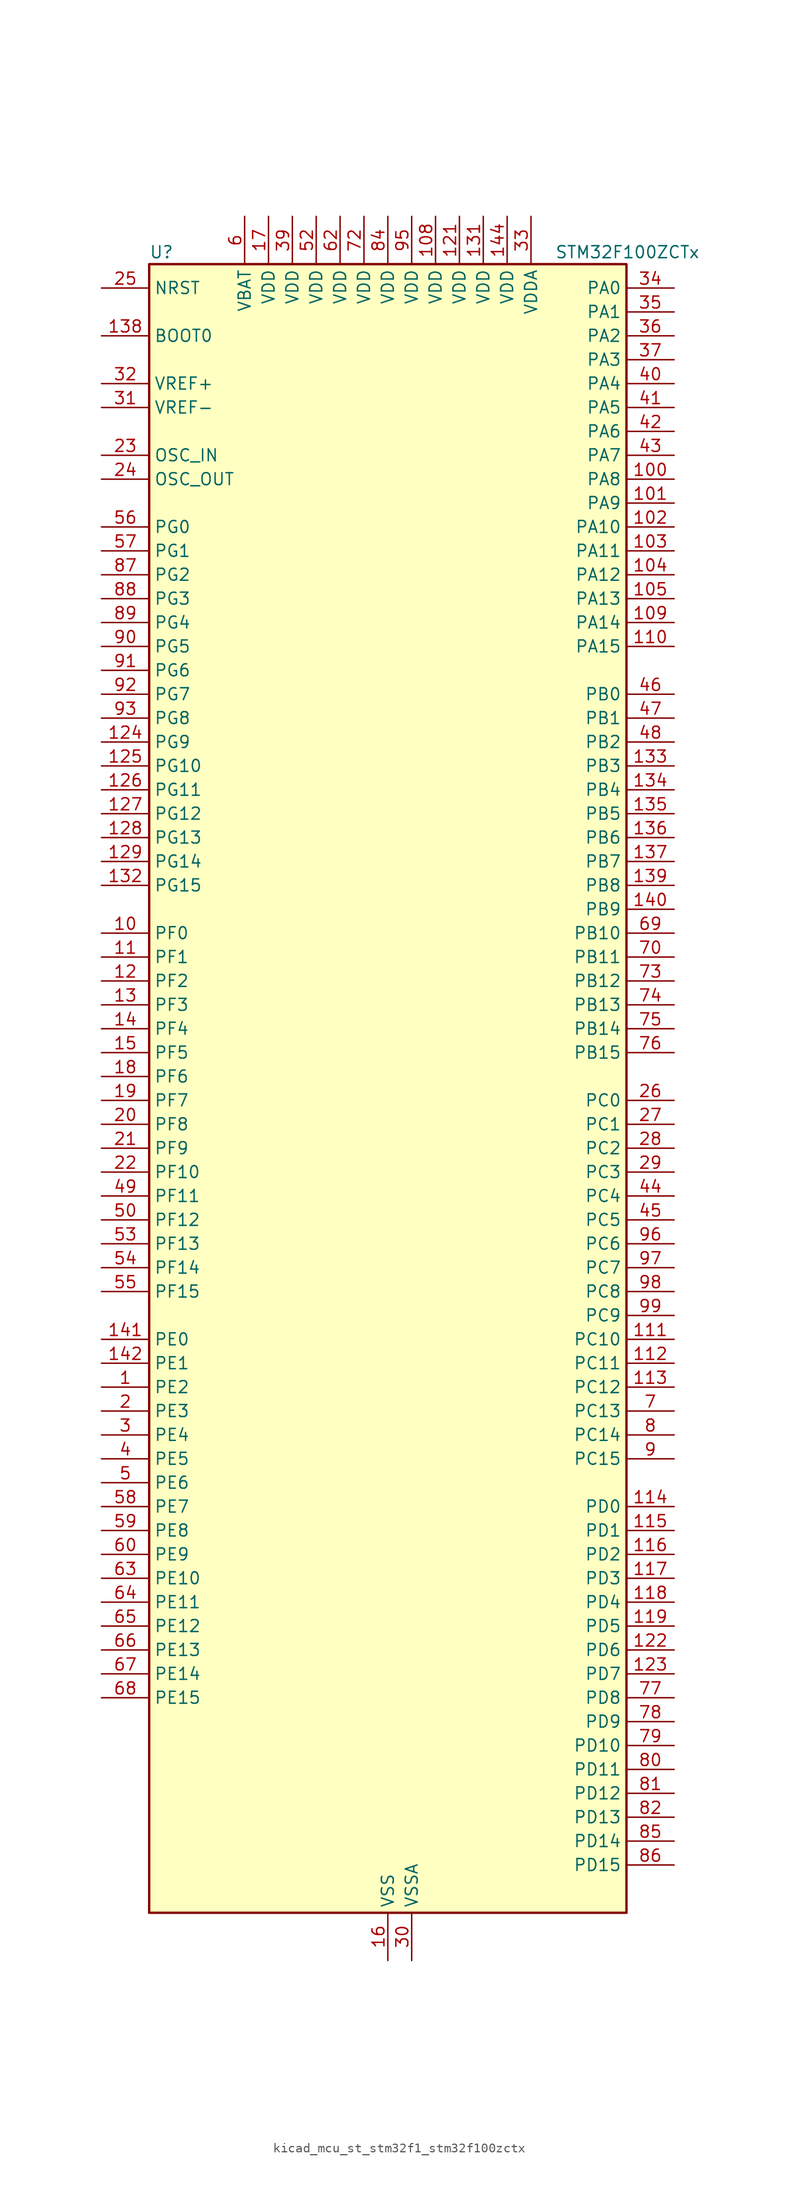
<source format=kicad_sym>
(kicad_symbol_lib
  (version 20220914)
  (generator kicad_symbol_editor)
  (symbol "kicad_mcu_st_stm32f1_stm32f100zctx"
    (property "Reference" "U"
      (at -25.4 90.17 0)
      (effects (font (size 1.27 1.27)) (justify left)))
    (property "Value" "STM32F100ZCTx"
      (at 17.78 90.17 0)
      (effects (font (size 1.27 1.27)) (justify left)))
    (property "ki_locked" ""
      (at 0 0 0)
      (effects (font (size 1.27 1.27))))
    (symbol "kicad_mcu_st_stm32f1_stm32f100zctx_0_1"
      (rectangle (start -25.4 -86.36) (end 25.4 88.9) (stroke (width 0.254) (type default)) (fill (type background))))
    (symbol "kicad_mcu_st_stm32f1_stm32f100zctx_1_1"
      (pin bidirectional line (at -30.48 -30.48 0) (length 5.08) (name "PE2" (effects (font (size 1.27 1.27)))) (number "1" (effects (font (size 1.27 1.27)))) (alternate "FSMC_A23" bidirectional line) (alternate "SYS_TRACECLK" bidirectional line))
      (pin bidirectional line (at -30.48 17.78 0) (length 5.08) (name "PF0" (effects (font (size 1.27 1.27)))) (number "10" (effects (font (size 1.27 1.27)))) (alternate "FSMC_A0" bidirectional line))
      (pin bidirectional line (at 30.48 66.04 180) (length 5.08) (name "PA8" (effects (font (size 1.27 1.27)))) (number "100" (effects (font (size 1.27 1.27)))) (alternate "RCC_MCO" bidirectional line) (alternate "TIM1_CH1" bidirectional line) (alternate "USART1_CK" bidirectional line))
      (pin bidirectional line (at 30.48 63.5 180) (length 5.08) (name "PA9" (effects (font (size 1.27 1.27)))) (number "101" (effects (font (size 1.27 1.27)))) (alternate "DAC_EXTI9" bidirectional line) (alternate "TIM15_BKIN" bidirectional line) (alternate "TIM1_CH2" bidirectional line) (alternate "USART1_TX" bidirectional line))
      (pin bidirectional line (at 30.48 60.96 180) (length 5.08) (name "PA10" (effects (font (size 1.27 1.27)))) (number "102" (effects (font (size 1.27 1.27)))) (alternate "TIM17_BKIN" bidirectional line) (alternate "TIM1_CH3" bidirectional line) (alternate "USART1_RX" bidirectional line))
      (pin bidirectional line (at 30.48 58.42 180) (length 5.08) (name "PA11" (effects (font (size 1.27 1.27)))) (number "103" (effects (font (size 1.27 1.27)))) (alternate "ADC1_EXTI11" bidirectional line) (alternate "TIM1_CH4" bidirectional line) (alternate "USART1_CTS" bidirectional line))
      (pin bidirectional line (at 30.48 55.88 180) (length 5.08) (name "PA12" (effects (font (size 1.27 1.27)))) (number "104" (effects (font (size 1.27 1.27)))) (alternate "TIM1_ETR" bidirectional line) (alternate "USART1_RTS" bidirectional line))
      (pin bidirectional line (at 30.48 53.34 180) (length 5.08) (name "PA13" (effects (font (size 1.27 1.27)))) (number "105" (effects (font (size 1.27 1.27)))) (alternate "SYS_JTMS-SWDIO" bidirectional line))
      (pin no_connect line (at -25.4 -86.36 0) (length 5.08) hide (name "NC" (effects (font (size 1.27 1.27)))) (number "106" (effects (font (size 1.27 1.27)))))
      (pin passive line (at 0 -91.44 90) (length 5.08) hide (name "VSS" (effects (font (size 1.27 1.27)))) (number "107" (effects (font (size 1.27 1.27)))))
      (pin power_in line (at 5.08 93.98 270) (length 5.08) (name "VDD" (effects (font (size 1.27 1.27)))) (number "108" (effects (font (size 1.27 1.27)))))
      (pin bidirectional line (at 30.48 50.8 180) (length 5.08) (name "PA14" (effects (font (size 1.27 1.27)))) (number "109" (effects (font (size 1.27 1.27)))) (alternate "SYS_JTCK-SWCLK" bidirectional line))
      (pin bidirectional line (at -30.48 15.24 0) (length 5.08) (name "PF1" (effects (font (size 1.27 1.27)))) (number "11" (effects (font (size 1.27 1.27)))) (alternate "FSMC_A1" bidirectional line))
      (pin bidirectional line (at 30.48 48.26 180) (length 5.08) (name "PA15" (effects (font (size 1.27 1.27)))) (number "110" (effects (font (size 1.27 1.27)))) (alternate "ADC1_EXTI15" bidirectional line) (alternate "SPI1_NSS" bidirectional line) (alternate "SPI3_NSS" bidirectional line) (alternate "SYS_JTDI" bidirectional line) (alternate "TIM2_CH1" bidirectional line) (alternate "TIM2_ETR" bidirectional line))
      (pin bidirectional line (at 30.48 -25.4 180) (length 5.08) (name "PC10" (effects (font (size 1.27 1.27)))) (number "111" (effects (font (size 1.27 1.27)))) (alternate "UART4_TX" bidirectional line) (alternate "USART3_TX" bidirectional line))
      (pin bidirectional line (at 30.48 -27.94 180) (length 5.08) (name "PC11" (effects (font (size 1.27 1.27)))) (number "112" (effects (font (size 1.27 1.27)))) (alternate "ADC1_EXTI11" bidirectional line) (alternate "UART4_RX" bidirectional line) (alternate "USART3_RX" bidirectional line))
      (pin bidirectional line (at 30.48 -30.48 180) (length 5.08) (name "PC12" (effects (font (size 1.27 1.27)))) (number "113" (effects (font (size 1.27 1.27)))) (alternate "UART5_TX" bidirectional line) (alternate "USART3_CK" bidirectional line))
      (pin bidirectional line (at 30.48 -43.18 180) (length 5.08) (name "PD0" (effects (font (size 1.27 1.27)))) (number "114" (effects (font (size 1.27 1.27)))) (alternate "FSMC_D2" bidirectional line) (alternate "FSMC_DA2" bidirectional line))
      (pin bidirectional line (at 30.48 -45.72 180) (length 5.08) (name "PD1" (effects (font (size 1.27 1.27)))) (number "115" (effects (font (size 1.27 1.27)))) (alternate "FSMC_D3" bidirectional line) (alternate "FSMC_DA3" bidirectional line))
      (pin bidirectional line (at 30.48 -48.26 180) (length 5.08) (name "PD2" (effects (font (size 1.27 1.27)))) (number "116" (effects (font (size 1.27 1.27)))) (alternate "TIM3_ETR" bidirectional line) (alternate "UART5_RX" bidirectional line))
      (pin bidirectional line (at 30.48 -50.8 180) (length 5.08) (name "PD3" (effects (font (size 1.27 1.27)))) (number "117" (effects (font (size 1.27 1.27)))) (alternate "FSMC_CLK" bidirectional line) (alternate "USART2_CTS" bidirectional line))
      (pin bidirectional line (at 30.48 -53.34 180) (length 5.08) (name "PD4" (effects (font (size 1.27 1.27)))) (number "118" (effects (font (size 1.27 1.27)))) (alternate "FSMC_NOE" bidirectional line) (alternate "USART2_RTS" bidirectional line))
      (pin bidirectional line (at 30.48 -55.88 180) (length 5.08) (name "PD5" (effects (font (size 1.27 1.27)))) (number "119" (effects (font (size 1.27 1.27)))) (alternate "FSMC_NWE" bidirectional line) (alternate "USART2_TX" bidirectional line))
      (pin bidirectional line (at -30.48 12.7 0) (length 5.08) (name "PF2" (effects (font (size 1.27 1.27)))) (number "12" (effects (font (size 1.27 1.27)))) (alternate "FSMC_A2" bidirectional line))
      (pin passive line (at 0 -91.44 90) (length 5.08) hide (name "VSS" (effects (font (size 1.27 1.27)))) (number "120" (effects (font (size 1.27 1.27)))))
      (pin power_in line (at 7.62 93.98 270) (length 5.08) (name "VDD" (effects (font (size 1.27 1.27)))) (number "121" (effects (font (size 1.27 1.27)))))
      (pin bidirectional line (at 30.48 -58.42 180) (length 5.08) (name "PD6" (effects (font (size 1.27 1.27)))) (number "122" (effects (font (size 1.27 1.27)))) (alternate "FSMC_NWAIT" bidirectional line) (alternate "USART2_RX" bidirectional line))
      (pin bidirectional line (at 30.48 -60.96 180) (length 5.08) (name "PD7" (effects (font (size 1.27 1.27)))) (number "123" (effects (font (size 1.27 1.27)))) (alternate "FSMC_NE1" bidirectional line) (alternate "USART2_CK" bidirectional line))
      (pin bidirectional line (at -30.48 38.1 0) (length 5.08) (name "PG9" (effects (font (size 1.27 1.27)))) (number "124" (effects (font (size 1.27 1.27)))) (alternate "DAC_EXTI9" bidirectional line) (alternate "FSMC_NE2" bidirectional line))
      (pin bidirectional line (at -30.48 35.56 0) (length 5.08) (name "PG10" (effects (font (size 1.27 1.27)))) (number "125" (effects (font (size 1.27 1.27)))) (alternate "FSMC_NE3" bidirectional line))
      (pin bidirectional line (at -30.48 33.02 0) (length 5.08) (name "PG11" (effects (font (size 1.27 1.27)))) (number "126" (effects (font (size 1.27 1.27)))) (alternate "ADC1_EXTI11" bidirectional line))
      (pin bidirectional line (at -30.48 30.48 0) (length 5.08) (name "PG12" (effects (font (size 1.27 1.27)))) (number "127" (effects (font (size 1.27 1.27)))) (alternate "FSMC_NE4" bidirectional line))
      (pin bidirectional line (at -30.48 27.94 0) (length 5.08) (name "PG13" (effects (font (size 1.27 1.27)))) (number "128" (effects (font (size 1.27 1.27)))) (alternate "FSMC_A24" bidirectional line))
      (pin bidirectional line (at -30.48 25.4 0) (length 5.08) (name "PG14" (effects (font (size 1.27 1.27)))) (number "129" (effects (font (size 1.27 1.27)))) (alternate "FSMC_A25" bidirectional line))
      (pin bidirectional line (at -30.48 10.16 0) (length 5.08) (name "PF3" (effects (font (size 1.27 1.27)))) (number "13" (effects (font (size 1.27 1.27)))) (alternate "FSMC_A3" bidirectional line))
      (pin passive line (at 0 -91.44 90) (length 5.08) hide (name "VSS" (effects (font (size 1.27 1.27)))) (number "130" (effects (font (size 1.27 1.27)))))
      (pin power_in line (at 10.16 93.98 270) (length 5.08) (name "VDD" (effects (font (size 1.27 1.27)))) (number "131" (effects (font (size 1.27 1.27)))))
      (pin bidirectional line (at -30.48 22.86 0) (length 5.08) (name "PG15" (effects (font (size 1.27 1.27)))) (number "132" (effects (font (size 1.27 1.27)))) (alternate "ADC1_EXTI15" bidirectional line))
      (pin bidirectional line (at 30.48 35.56 180) (length 5.08) (name "PB3" (effects (font (size 1.27 1.27)))) (number "133" (effects (font (size 1.27 1.27)))) (alternate "SPI1_SCK" bidirectional line) (alternate "SPI3_SCK" bidirectional line) (alternate "SYS_JTDO-TRACESWO" bidirectional line) (alternate "TIM2_CH2" bidirectional line))
      (pin bidirectional line (at 30.48 33.02 180) (length 5.08) (name "PB4" (effects (font (size 1.27 1.27)))) (number "134" (effects (font (size 1.27 1.27)))) (alternate "SPI1_MISO" bidirectional line) (alternate "SPI3_MISO" bidirectional line) (alternate "SYS_NJTRST" bidirectional line) (alternate "TIM3_CH1" bidirectional line))
      (pin bidirectional line (at 30.48 30.48 180) (length 5.08) (name "PB5" (effects (font (size 1.27 1.27)))) (number "135" (effects (font (size 1.27 1.27)))) (alternate "I2C1_SMBA" bidirectional line) (alternate "SPI1_MOSI" bidirectional line) (alternate "SPI3_MOSI" bidirectional line) (alternate "TIM16_BKIN" bidirectional line) (alternate "TIM3_CH2" bidirectional line))
      (pin bidirectional line (at 30.48 27.94 180) (length 5.08) (name "PB6" (effects (font (size 1.27 1.27)))) (number "136" (effects (font (size 1.27 1.27)))) (alternate "I2C1_SCL" bidirectional line) (alternate "TIM16_CH1N" bidirectional line) (alternate "TIM4_CH1" bidirectional line) (alternate "USART1_TX" bidirectional line))
      (pin bidirectional line (at 30.48 25.4 180) (length 5.08) (name "PB7" (effects (font (size 1.27 1.27)))) (number "137" (effects (font (size 1.27 1.27)))) (alternate "FSMC_NL" bidirectional line) (alternate "I2C1_SDA" bidirectional line) (alternate "TIM17_CH1N" bidirectional line) (alternate "TIM4_CH2" bidirectional line) (alternate "USART1_RX" bidirectional line))
      (pin input line (at -30.48 81.28 0) (length 5.08) (name "BOOT0" (effects (font (size 1.27 1.27)))) (number "138" (effects (font (size 1.27 1.27)))))
      (pin bidirectional line (at 30.48 22.86 180) (length 5.08) (name "PB8" (effects (font (size 1.27 1.27)))) (number "139" (effects (font (size 1.27 1.27)))) (alternate "CEC" bidirectional line) (alternate "I2C1_SCL" bidirectional line) (alternate "TIM16_CH1" bidirectional line) (alternate "TIM4_CH3" bidirectional line))
      (pin bidirectional line (at -30.48 7.62 0) (length 5.08) (name "PF4" (effects (font (size 1.27 1.27)))) (number "14" (effects (font (size 1.27 1.27)))) (alternate "FSMC_A4" bidirectional line))
      (pin bidirectional line (at 30.48 20.32 180) (length 5.08) (name "PB9" (effects (font (size 1.27 1.27)))) (number "140" (effects (font (size 1.27 1.27)))) (alternate "DAC_EXTI9" bidirectional line) (alternate "I2C1_SDA" bidirectional line) (alternate "TIM17_CH1" bidirectional line) (alternate "TIM4_CH4" bidirectional line))
      (pin bidirectional line (at -30.48 -25.4 0) (length 5.08) (name "PE0" (effects (font (size 1.27 1.27)))) (number "141" (effects (font (size 1.27 1.27)))) (alternate "FSMC_NBL0" bidirectional line) (alternate "TIM4_ETR" bidirectional line))
      (pin bidirectional line (at -30.48 -27.94 0) (length 5.08) (name "PE1" (effects (font (size 1.27 1.27)))) (number "142" (effects (font (size 1.27 1.27)))) (alternate "FSMC_NBL1" bidirectional line))
      (pin passive line (at 0 -91.44 90) (length 5.08) hide (name "VSS" (effects (font (size 1.27 1.27)))) (number "143" (effects (font (size 1.27 1.27)))))
      (pin power_in line (at 12.7 93.98 270) (length 5.08) (name "VDD" (effects (font (size 1.27 1.27)))) (number "144" (effects (font (size 1.27 1.27)))))
      (pin bidirectional line (at -30.48 5.08 0) (length 5.08) (name "PF5" (effects (font (size 1.27 1.27)))) (number "15" (effects (font (size 1.27 1.27)))) (alternate "FSMC_A5" bidirectional line))
      (pin power_in line (at 0 -91.44 90) (length 5.08) (name "VSS" (effects (font (size 1.27 1.27)))) (number "16" (effects (font (size 1.27 1.27)))))
      (pin power_in line (at -12.7 93.98 270) (length 5.08) (name "VDD" (effects (font (size 1.27 1.27)))) (number "17" (effects (font (size 1.27 1.27)))))
      (pin bidirectional line (at -30.48 2.54 0) (length 5.08) (name "PF6" (effects (font (size 1.27 1.27)))) (number "18" (effects (font (size 1.27 1.27)))))
      (pin bidirectional line (at -30.48 0 0) (length 5.08) (name "PF7" (effects (font (size 1.27 1.27)))) (number "19" (effects (font (size 1.27 1.27)))))
      (pin bidirectional line (at -30.48 -33.02 0) (length 5.08) (name "PE3" (effects (font (size 1.27 1.27)))) (number "2" (effects (font (size 1.27 1.27)))) (alternate "FSMC_A19" bidirectional line) (alternate "SYS_TRACED0" bidirectional line))
      (pin bidirectional line (at -30.48 -2.54 0) (length 5.08) (name "PF8" (effects (font (size 1.27 1.27)))) (number "20" (effects (font (size 1.27 1.27)))))
      (pin bidirectional line (at -30.48 -5.08 0) (length 5.08) (name "PF9" (effects (font (size 1.27 1.27)))) (number "21" (effects (font (size 1.27 1.27)))) (alternate "DAC_EXTI9" bidirectional line))
      (pin bidirectional line (at -30.48 -7.62 0) (length 5.08) (name "PF10" (effects (font (size 1.27 1.27)))) (number "22" (effects (font (size 1.27 1.27)))))
      (pin input line (at -30.48 68.58 0) (length 5.08) (name "OSC_IN" (effects (font (size 1.27 1.27)))) (number "23" (effects (font (size 1.27 1.27)))) (alternate "RCC_OSC_IN" bidirectional line))
      (pin input line (at -30.48 66.04 0) (length 5.08) (name "OSC_OUT" (effects (font (size 1.27 1.27)))) (number "24" (effects (font (size 1.27 1.27)))) (alternate "RCC_OSC_OUT" bidirectional line))
      (pin input line (at -30.48 86.36 0) (length 5.08) (name "NRST" (effects (font (size 1.27 1.27)))) (number "25" (effects (font (size 1.27 1.27)))))
      (pin bidirectional line (at 30.48 0 180) (length 5.08) (name "PC0" (effects (font (size 1.27 1.27)))) (number "26" (effects (font (size 1.27 1.27)))) (alternate "ADC1_IN10" bidirectional line))
      (pin bidirectional line (at 30.48 -2.54 180) (length 5.08) (name "PC1" (effects (font (size 1.27 1.27)))) (number "27" (effects (font (size 1.27 1.27)))) (alternate "ADC1_IN11" bidirectional line))
      (pin bidirectional line (at 30.48 -5.08 180) (length 5.08) (name "PC2" (effects (font (size 1.27 1.27)))) (number "28" (effects (font (size 1.27 1.27)))) (alternate "ADC1_IN12" bidirectional line))
      (pin bidirectional line (at 30.48 -7.62 180) (length 5.08) (name "PC3" (effects (font (size 1.27 1.27)))) (number "29" (effects (font (size 1.27 1.27)))) (alternate "ADC1_IN13" bidirectional line))
      (pin bidirectional line (at -30.48 -35.56 0) (length 5.08) (name "PE4" (effects (font (size 1.27 1.27)))) (number "3" (effects (font (size 1.27 1.27)))) (alternate "FSMC_A20" bidirectional line) (alternate "SYS_TRACED1" bidirectional line))
      (pin power_in line (at 2.54 -91.44 90) (length 5.08) (name "VSSA" (effects (font (size 1.27 1.27)))) (number "30" (effects (font (size 1.27 1.27)))))
      (pin input line (at -30.48 73.66 0) (length 5.08) (name "VREF-" (effects (font (size 1.27 1.27)))) (number "31" (effects (font (size 1.27 1.27)))))
      (pin input line (at -30.48 76.2 0) (length 5.08) (name "VREF+" (effects (font (size 1.27 1.27)))) (number "32" (effects (font (size 1.27 1.27)))))
      (pin power_in line (at 15.24 93.98 270) (length 5.08) (name "VDDA" (effects (font (size 1.27 1.27)))) (number "33" (effects (font (size 1.27 1.27)))))
      (pin bidirectional line (at 30.48 86.36 180) (length 5.08) (name "PA0" (effects (font (size 1.27 1.27)))) (number "34" (effects (font (size 1.27 1.27)))) (alternate "ADC1_IN0" bidirectional line) (alternate "SYS_WKUP" bidirectional line) (alternate "TIM2_CH1" bidirectional line) (alternate "TIM2_ETR" bidirectional line) (alternate "TIM5_CH1" bidirectional line) (alternate "USART2_CTS" bidirectional line))
      (pin bidirectional line (at 30.48 83.82 180) (length 5.08) (name "PA1" (effects (font (size 1.27 1.27)))) (number "35" (effects (font (size 1.27 1.27)))) (alternate "ADC1_IN1" bidirectional line) (alternate "TIM2_CH2" bidirectional line) (alternate "TIM5_CH2" bidirectional line) (alternate "USART2_RTS" bidirectional line))
      (pin bidirectional line (at 30.48 81.28 180) (length 5.08) (name "PA2" (effects (font (size 1.27 1.27)))) (number "36" (effects (font (size 1.27 1.27)))) (alternate "ADC1_IN2" bidirectional line) (alternate "TIM15_CH1" bidirectional line) (alternate "TIM2_CH3" bidirectional line) (alternate "TIM5_CH3" bidirectional line) (alternate "USART2_TX" bidirectional line))
      (pin bidirectional line (at 30.48 78.74 180) (length 5.08) (name "PA3" (effects (font (size 1.27 1.27)))) (number "37" (effects (font (size 1.27 1.27)))) (alternate "ADC1_IN3" bidirectional line) (alternate "TIM15_CH2" bidirectional line) (alternate "TIM2_CH4" bidirectional line) (alternate "TIM5_CH4" bidirectional line) (alternate "USART2_RX" bidirectional line))
      (pin passive line (at 0 -91.44 90) (length 5.08) hide (name "VSS" (effects (font (size 1.27 1.27)))) (number "38" (effects (font (size 1.27 1.27)))))
      (pin power_in line (at -10.16 93.98 270) (length 5.08) (name "VDD" (effects (font (size 1.27 1.27)))) (number "39" (effects (font (size 1.27 1.27)))))
      (pin bidirectional line (at -30.48 -38.1 0) (length 5.08) (name "PE5" (effects (font (size 1.27 1.27)))) (number "4" (effects (font (size 1.27 1.27)))) (alternate "FSMC_A21" bidirectional line) (alternate "SYS_TRACED2" bidirectional line))
      (pin bidirectional line (at 30.48 76.2 180) (length 5.08) (name "PA4" (effects (font (size 1.27 1.27)))) (number "40" (effects (font (size 1.27 1.27)))) (alternate "ADC1_IN4" bidirectional line) (alternate "DAC_OUT1" bidirectional line) (alternate "SPI1_NSS" bidirectional line) (alternate "USART2_CK" bidirectional line))
      (pin bidirectional line (at 30.48 73.66 180) (length 5.08) (name "PA5" (effects (font (size 1.27 1.27)))) (number "41" (effects (font (size 1.27 1.27)))) (alternate "ADC1_IN5" bidirectional line) (alternate "DAC_OUT2" bidirectional line) (alternate "SPI1_SCK" bidirectional line))
      (pin bidirectional line (at 30.48 71.12 180) (length 5.08) (name "PA6" (effects (font (size 1.27 1.27)))) (number "42" (effects (font (size 1.27 1.27)))) (alternate "ADC1_IN6" bidirectional line) (alternate "SPI1_MISO" bidirectional line) (alternate "TIM16_CH1" bidirectional line) (alternate "TIM1_BKIN" bidirectional line) (alternate "TIM3_CH1" bidirectional line))
      (pin bidirectional line (at 30.48 68.58 180) (length 5.08) (name "PA7" (effects (font (size 1.27 1.27)))) (number "43" (effects (font (size 1.27 1.27)))) (alternate "ADC1_IN7" bidirectional line) (alternate "SPI1_MOSI" bidirectional line) (alternate "TIM17_CH1" bidirectional line) (alternate "TIM1_CH1N" bidirectional line) (alternate "TIM3_CH2" bidirectional line))
      (pin bidirectional line (at 30.48 -10.16 180) (length 5.08) (name "PC4" (effects (font (size 1.27 1.27)))) (number "44" (effects (font (size 1.27 1.27)))) (alternate "ADC1_IN14" bidirectional line) (alternate "TIM12_CH1" bidirectional line))
      (pin bidirectional line (at 30.48 -12.7 180) (length 5.08) (name "PC5" (effects (font (size 1.27 1.27)))) (number "45" (effects (font (size 1.27 1.27)))) (alternate "ADC1_IN15" bidirectional line) (alternate "TIM12_CH2" bidirectional line))
      (pin bidirectional line (at 30.48 43.18 180) (length 5.08) (name "PB0" (effects (font (size 1.27 1.27)))) (number "46" (effects (font (size 1.27 1.27)))) (alternate "ADC1_IN8" bidirectional line) (alternate "TIM13_CH1" bidirectional line) (alternate "TIM1_CH2N" bidirectional line) (alternate "TIM3_CH3" bidirectional line))
      (pin bidirectional line (at 30.48 40.64 180) (length 5.08) (name "PB1" (effects (font (size 1.27 1.27)))) (number "47" (effects (font (size 1.27 1.27)))) (alternate "ADC1_IN9" bidirectional line) (alternate "TIM14_CH1" bidirectional line) (alternate "TIM1_CH3N" bidirectional line) (alternate "TIM3_CH4" bidirectional line))
      (pin bidirectional line (at 30.48 38.1 180) (length 5.08) (name "PB2" (effects (font (size 1.27 1.27)))) (number "48" (effects (font (size 1.27 1.27)))))
      (pin bidirectional line (at -30.48 -10.16 0) (length 5.08) (name "PF11" (effects (font (size 1.27 1.27)))) (number "49" (effects (font (size 1.27 1.27)))) (alternate "ADC1_EXTI11" bidirectional line))
      (pin bidirectional line (at -30.48 -40.64 0) (length 5.08) (name "PE6" (effects (font (size 1.27 1.27)))) (number "5" (effects (font (size 1.27 1.27)))) (alternate "FSMC_A22" bidirectional line) (alternate "SYS_TRACED3" bidirectional line))
      (pin bidirectional line (at -30.48 -12.7 0) (length 5.08) (name "PF12" (effects (font (size 1.27 1.27)))) (number "50" (effects (font (size 1.27 1.27)))) (alternate "FSMC_A6" bidirectional line))
      (pin passive line (at 0 -91.44 90) (length 5.08) hide (name "VSS" (effects (font (size 1.27 1.27)))) (number "51" (effects (font (size 1.27 1.27)))))
      (pin power_in line (at -7.62 93.98 270) (length 5.08) (name "VDD" (effects (font (size 1.27 1.27)))) (number "52" (effects (font (size 1.27 1.27)))))
      (pin bidirectional line (at -30.48 -15.24 0) (length 5.08) (name "PF13" (effects (font (size 1.27 1.27)))) (number "53" (effects (font (size 1.27 1.27)))) (alternate "FSMC_A7" bidirectional line))
      (pin bidirectional line (at -30.48 -17.78 0) (length 5.08) (name "PF14" (effects (font (size 1.27 1.27)))) (number "54" (effects (font (size 1.27 1.27)))) (alternate "FSMC_A8" bidirectional line))
      (pin bidirectional line (at -30.48 -20.32 0) (length 5.08) (name "PF15" (effects (font (size 1.27 1.27)))) (number "55" (effects (font (size 1.27 1.27)))) (alternate "ADC1_EXTI15" bidirectional line) (alternate "FSMC_A9" bidirectional line))
      (pin bidirectional line (at -30.48 60.96 0) (length 5.08) (name "PG0" (effects (font (size 1.27 1.27)))) (number "56" (effects (font (size 1.27 1.27)))) (alternate "FSMC_A10" bidirectional line))
      (pin bidirectional line (at -30.48 58.42 0) (length 5.08) (name "PG1" (effects (font (size 1.27 1.27)))) (number "57" (effects (font (size 1.27 1.27)))) (alternate "FSMC_A11" bidirectional line))
      (pin bidirectional line (at -30.48 -43.18 0) (length 5.08) (name "PE7" (effects (font (size 1.27 1.27)))) (number "58" (effects (font (size 1.27 1.27)))) (alternate "FSMC_D4" bidirectional line) (alternate "FSMC_DA4" bidirectional line) (alternate "TIM1_ETR" bidirectional line))
      (pin bidirectional line (at -30.48 -45.72 0) (length 5.08) (name "PE8" (effects (font (size 1.27 1.27)))) (number "59" (effects (font (size 1.27 1.27)))) (alternate "FSMC_D5" bidirectional line) (alternate "FSMC_DA5" bidirectional line) (alternate "TIM1_CH1N" bidirectional line))
      (pin power_in line (at -15.24 93.98 270) (length 5.08) (name "VBAT" (effects (font (size 1.27 1.27)))) (number "6" (effects (font (size 1.27 1.27)))))
      (pin bidirectional line (at -30.48 -48.26 0) (length 5.08) (name "PE9" (effects (font (size 1.27 1.27)))) (number "60" (effects (font (size 1.27 1.27)))) (alternate "DAC_EXTI9" bidirectional line) (alternate "FSMC_D6" bidirectional line) (alternate "FSMC_DA6" bidirectional line) (alternate "TIM1_CH1" bidirectional line))
      (pin passive line (at 0 -91.44 90) (length 5.08) hide (name "VSS" (effects (font (size 1.27 1.27)))) (number "61" (effects (font (size 1.27 1.27)))))
      (pin power_in line (at -5.08 93.98 270) (length 5.08) (name "VDD" (effects (font (size 1.27 1.27)))) (number "62" (effects (font (size 1.27 1.27)))))
      (pin bidirectional line (at -30.48 -50.8 0) (length 5.08) (name "PE10" (effects (font (size 1.27 1.27)))) (number "63" (effects (font (size 1.27 1.27)))) (alternate "FSMC_D7" bidirectional line) (alternate "FSMC_DA7" bidirectional line) (alternate "TIM1_CH2N" bidirectional line))
      (pin bidirectional line (at -30.48 -53.34 0) (length 5.08) (name "PE11" (effects (font (size 1.27 1.27)))) (number "64" (effects (font (size 1.27 1.27)))) (alternate "ADC1_EXTI11" bidirectional line) (alternate "FSMC_D8" bidirectional line) (alternate "FSMC_DA8" bidirectional line) (alternate "TIM1_CH2" bidirectional line))
      (pin bidirectional line (at -30.48 -55.88 0) (length 5.08) (name "PE12" (effects (font (size 1.27 1.27)))) (number "65" (effects (font (size 1.27 1.27)))) (alternate "FSMC_D9" bidirectional line) (alternate "FSMC_DA9" bidirectional line) (alternate "TIM1_CH3N" bidirectional line))
      (pin bidirectional line (at -30.48 -58.42 0) (length 5.08) (name "PE13" (effects (font (size 1.27 1.27)))) (number "66" (effects (font (size 1.27 1.27)))) (alternate "FSMC_D10" bidirectional line) (alternate "FSMC_DA10" bidirectional line) (alternate "TIM1_CH3" bidirectional line))
      (pin bidirectional line (at -30.48 -60.96 0) (length 5.08) (name "PE14" (effects (font (size 1.27 1.27)))) (number "67" (effects (font (size 1.27 1.27)))) (alternate "FSMC_D11" bidirectional line) (alternate "FSMC_DA11" bidirectional line) (alternate "TIM1_CH4" bidirectional line))
      (pin bidirectional line (at -30.48 -63.5 0) (length 5.08) (name "PE15" (effects (font (size 1.27 1.27)))) (number "68" (effects (font (size 1.27 1.27)))) (alternate "ADC1_EXTI15" bidirectional line) (alternate "FSMC_D12" bidirectional line) (alternate "FSMC_DA12" bidirectional line) (alternate "TIM1_BKIN" bidirectional line))
      (pin bidirectional line (at 30.48 17.78 180) (length 5.08) (name "PB10" (effects (font (size 1.27 1.27)))) (number "69" (effects (font (size 1.27 1.27)))) (alternate "CEC" bidirectional line) (alternate "I2C2_SCL" bidirectional line) (alternate "TIM2_CH3" bidirectional line) (alternate "USART3_TX" bidirectional line))
      (pin bidirectional line (at 30.48 -33.02 180) (length 5.08) (name "PC13" (effects (font (size 1.27 1.27)))) (number "7" (effects (font (size 1.27 1.27)))) (alternate "RTC_OUT" bidirectional line) (alternate "RTC_TAMPER" bidirectional line))
      (pin bidirectional line (at 30.48 15.24 180) (length 5.08) (name "PB11" (effects (font (size 1.27 1.27)))) (number "70" (effects (font (size 1.27 1.27)))) (alternate "ADC1_EXTI11" bidirectional line) (alternate "I2C2_SDA" bidirectional line) (alternate "TIM2_CH4" bidirectional line) (alternate "USART3_RX" bidirectional line))
      (pin passive line (at 0 -91.44 90) (length 5.08) hide (name "VSS" (effects (font (size 1.27 1.27)))) (number "71" (effects (font (size 1.27 1.27)))))
      (pin power_in line (at -2.54 93.98 270) (length 5.08) (name "VDD" (effects (font (size 1.27 1.27)))) (number "72" (effects (font (size 1.27 1.27)))))
      (pin bidirectional line (at 30.48 12.7 180) (length 5.08) (name "PB12" (effects (font (size 1.27 1.27)))) (number "73" (effects (font (size 1.27 1.27)))) (alternate "I2C2_SMBA" bidirectional line) (alternate "SPI2_NSS" bidirectional line) (alternate "TIM12_CH1" bidirectional line) (alternate "TIM1_BKIN" bidirectional line) (alternate "USART3_CK" bidirectional line))
      (pin bidirectional line (at 30.48 10.16 180) (length 5.08) (name "PB13" (effects (font (size 1.27 1.27)))) (number "74" (effects (font (size 1.27 1.27)))) (alternate "SPI2_SCK" bidirectional line) (alternate "TIM12_CH2" bidirectional line) (alternate "TIM1_CH1N" bidirectional line) (alternate "USART3_CTS" bidirectional line))
      (pin bidirectional line (at 30.48 7.62 180) (length 5.08) (name "PB14" (effects (font (size 1.27 1.27)))) (number "75" (effects (font (size 1.27 1.27)))) (alternate "SPI2_MISO" bidirectional line) (alternate "TIM15_CH1" bidirectional line) (alternate "TIM1_CH2N" bidirectional line) (alternate "USART3_RTS" bidirectional line))
      (pin bidirectional line (at 30.48 5.08 180) (length 5.08) (name "PB15" (effects (font (size 1.27 1.27)))) (number "76" (effects (font (size 1.27 1.27)))) (alternate "ADC1_EXTI15" bidirectional line) (alternate "SPI2_MOSI" bidirectional line) (alternate "TIM15_CH1N" bidirectional line) (alternate "TIM15_CH2" bidirectional line) (alternate "TIM1_CH3N" bidirectional line))
      (pin bidirectional line (at 30.48 -63.5 180) (length 5.08) (name "PD8" (effects (font (size 1.27 1.27)))) (number "77" (effects (font (size 1.27 1.27)))) (alternate "FSMC_D13" bidirectional line) (alternate "FSMC_DA13" bidirectional line) (alternate "USART3_TX" bidirectional line))
      (pin bidirectional line (at 30.48 -66.04 180) (length 5.08) (name "PD9" (effects (font (size 1.27 1.27)))) (number "78" (effects (font (size 1.27 1.27)))) (alternate "DAC_EXTI9" bidirectional line) (alternate "FSMC_D14" bidirectional line) (alternate "FSMC_DA14" bidirectional line) (alternate "USART3_RX" bidirectional line))
      (pin bidirectional line (at 30.48 -68.58 180) (length 5.08) (name "PD10" (effects (font (size 1.27 1.27)))) (number "79" (effects (font (size 1.27 1.27)))) (alternate "FSMC_D15" bidirectional line) (alternate "FSMC_DA15" bidirectional line) (alternate "USART3_CK" bidirectional line))
      (pin bidirectional line (at 30.48 -35.56 180) (length 5.08) (name "PC14" (effects (font (size 1.27 1.27)))) (number "8" (effects (font (size 1.27 1.27)))) (alternate "RCC_OSC32_IN" bidirectional line))
      (pin bidirectional line (at 30.48 -71.12 180) (length 5.08) (name "PD11" (effects (font (size 1.27 1.27)))) (number "80" (effects (font (size 1.27 1.27)))) (alternate "ADC1_EXTI11" bidirectional line) (alternate "FSMC_A16" bidirectional line) (alternate "USART3_CTS" bidirectional line))
      (pin bidirectional line (at 30.48 -73.66 180) (length 5.08) (name "PD12" (effects (font (size 1.27 1.27)))) (number "81" (effects (font (size 1.27 1.27)))) (alternate "FSMC_A17" bidirectional line) (alternate "TIM4_CH1" bidirectional line) (alternate "USART3_RTS" bidirectional line))
      (pin bidirectional line (at 30.48 -76.2 180) (length 5.08) (name "PD13" (effects (font (size 1.27 1.27)))) (number "82" (effects (font (size 1.27 1.27)))) (alternate "FSMC_A18" bidirectional line) (alternate "TIM4_CH2" bidirectional line))
      (pin passive line (at 0 -91.44 90) (length 5.08) hide (name "VSS" (effects (font (size 1.27 1.27)))) (number "83" (effects (font (size 1.27 1.27)))))
      (pin power_in line (at 0 93.98 270) (length 5.08) (name "VDD" (effects (font (size 1.27 1.27)))) (number "84" (effects (font (size 1.27 1.27)))))
      (pin bidirectional line (at 30.48 -78.74 180) (length 5.08) (name "PD14" (effects (font (size 1.27 1.27)))) (number "85" (effects (font (size 1.27 1.27)))) (alternate "FSMC_D0" bidirectional line) (alternate "FSMC_DA0" bidirectional line) (alternate "TIM4_CH3" bidirectional line))
      (pin bidirectional line (at 30.48 -81.28 180) (length 5.08) (name "PD15" (effects (font (size 1.27 1.27)))) (number "86" (effects (font (size 1.27 1.27)))) (alternate "ADC1_EXTI15" bidirectional line) (alternate "FSMC_D1" bidirectional line) (alternate "FSMC_DA1" bidirectional line) (alternate "TIM4_CH4" bidirectional line))
      (pin bidirectional line (at -30.48 55.88 0) (length 5.08) (name "PG2" (effects (font (size 1.27 1.27)))) (number "87" (effects (font (size 1.27 1.27)))) (alternate "FSMC_A12" bidirectional line))
      (pin bidirectional line (at -30.48 53.34 0) (length 5.08) (name "PG3" (effects (font (size 1.27 1.27)))) (number "88" (effects (font (size 1.27 1.27)))) (alternate "FSMC_A13" bidirectional line))
      (pin bidirectional line (at -30.48 50.8 0) (length 5.08) (name "PG4" (effects (font (size 1.27 1.27)))) (number "89" (effects (font (size 1.27 1.27)))) (alternate "FSMC_A14" bidirectional line))
      (pin bidirectional line (at 30.48 -38.1 180) (length 5.08) (name "PC15" (effects (font (size 1.27 1.27)))) (number "9" (effects (font (size 1.27 1.27)))) (alternate "ADC1_EXTI15" bidirectional line) (alternate "RCC_OSC32_OUT" bidirectional line))
      (pin bidirectional line (at -30.48 48.26 0) (length 5.08) (name "PG5" (effects (font (size 1.27 1.27)))) (number "90" (effects (font (size 1.27 1.27)))) (alternate "FSMC_A15" bidirectional line))
      (pin bidirectional line (at -30.48 45.72 0) (length 5.08) (name "PG6" (effects (font (size 1.27 1.27)))) (number "91" (effects (font (size 1.27 1.27)))))
      (pin bidirectional line (at -30.48 43.18 0) (length 5.08) (name "PG7" (effects (font (size 1.27 1.27)))) (number "92" (effects (font (size 1.27 1.27)))))
      (pin bidirectional line (at -30.48 40.64 0) (length 5.08) (name "PG8" (effects (font (size 1.27 1.27)))) (number "93" (effects (font (size 1.27 1.27)))))
      (pin passive line (at 0 -91.44 90) (length 5.08) hide (name "VSS" (effects (font (size 1.27 1.27)))) (number "94" (effects (font (size 1.27 1.27)))))
      (pin power_in line (at 2.54 93.98 270) (length 5.08) (name "VDD" (effects (font (size 1.27 1.27)))) (number "95" (effects (font (size 1.27 1.27)))))
      (pin bidirectional line (at 30.48 -15.24 180) (length 5.08) (name "PC6" (effects (font (size 1.27 1.27)))) (number "96" (effects (font (size 1.27 1.27)))) (alternate "TIM3_CH1" bidirectional line))
      (pin bidirectional line (at 30.48 -17.78 180) (length 5.08) (name "PC7" (effects (font (size 1.27 1.27)))) (number "97" (effects (font (size 1.27 1.27)))) (alternate "TIM3_CH2" bidirectional line))
      (pin bidirectional line (at 30.48 -20.32 180) (length 5.08) (name "PC8" (effects (font (size 1.27 1.27)))) (number "98" (effects (font (size 1.27 1.27)))) (alternate "TIM13_CH1" bidirectional line) (alternate "TIM3_CH3" bidirectional line))
      (pin bidirectional line (at 30.48 -22.86 180) (length 5.08) (name "PC9" (effects (font (size 1.27 1.27)))) (number "99" (effects (font (size 1.27 1.27)))) (alternate "DAC_EXTI9" bidirectional line) (alternate "TIM14_CH1" bidirectional line) (alternate "TIM3_CH4" bidirectional line)))))
</source>
